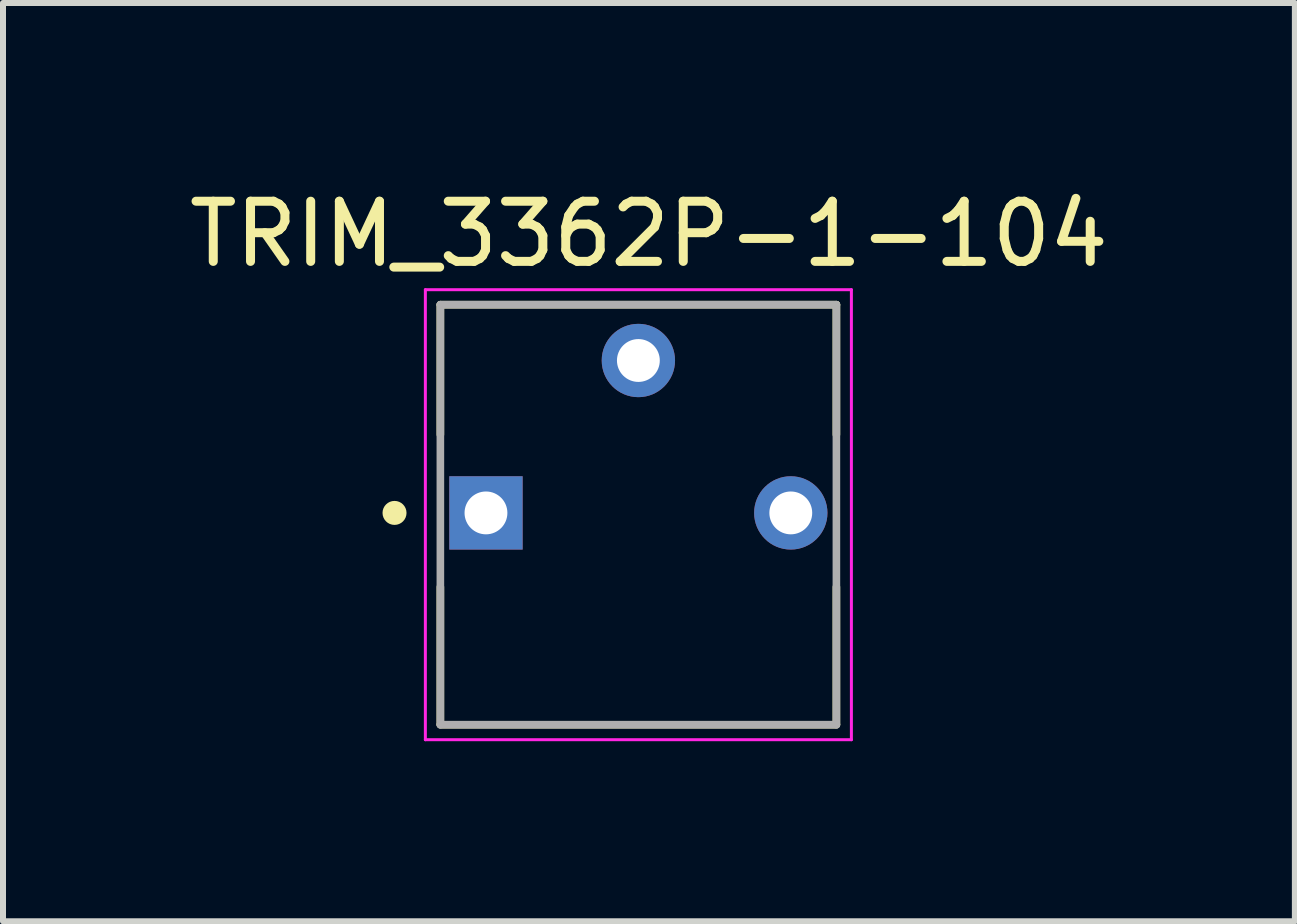
<source format=kicad_pcb>
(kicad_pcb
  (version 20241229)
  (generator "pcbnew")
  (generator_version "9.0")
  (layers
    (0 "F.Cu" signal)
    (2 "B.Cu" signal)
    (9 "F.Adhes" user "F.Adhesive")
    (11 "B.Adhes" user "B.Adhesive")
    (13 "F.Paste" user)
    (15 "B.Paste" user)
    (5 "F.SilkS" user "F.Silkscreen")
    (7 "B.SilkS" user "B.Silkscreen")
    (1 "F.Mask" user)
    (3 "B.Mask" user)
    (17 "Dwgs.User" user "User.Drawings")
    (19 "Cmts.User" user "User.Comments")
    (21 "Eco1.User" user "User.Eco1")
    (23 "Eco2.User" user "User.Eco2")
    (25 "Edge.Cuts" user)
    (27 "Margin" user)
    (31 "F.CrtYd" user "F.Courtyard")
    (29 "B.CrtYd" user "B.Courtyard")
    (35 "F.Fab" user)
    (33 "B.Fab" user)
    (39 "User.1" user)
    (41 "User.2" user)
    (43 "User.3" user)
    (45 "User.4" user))
  (footprint "TRIM_3362P-1-104"
    (layer "F.Cu")
    (at 7.589 5.498)
    (property "Reference" "TRIM_3362P-1-104" (at 0.175 -4.648 0) (layer "F.SilkS") (effects (font (size 1.003 1.003) (thickness 0.15))))
    (attr through_hole)
    (fp_line (start -3.3 -3.47) (end 3.3 -3.47) (stroke (width 0.127) (type solid)) (layer "F.SilkS"))
    (fp_line (start -3.3 -1.305) (end -3.3 -3.47) (stroke (width 0.127) (type solid)) (layer "F.SilkS"))
    (fp_line (start -3.3 3.52) (end -3.3 1.235) (stroke (width 0.127) (type solid)) (layer "F.SilkS"))
    (fp_line (start 3.3 -3.47) (end 3.3 -1.305) (stroke (width 0.127) (type solid)) (layer "F.SilkS"))
    (fp_line (start 3.3 1.235) (end 3.3 3.52) (stroke (width 0.127) (type solid)) (layer "F.SilkS"))
    (fp_line (start 3.3 3.53) (end -3.3 3.53) (stroke (width 0.127) (type solid)) (layer "F.SilkS"))
    (fp_circle (center -4.064 0) (end -3.964 0) (stroke (width 0.2) (type solid)) (fill no) (layer "F.SilkS"))
    (fp_line (start -3.55 -3.72) (end 3.55 -3.72) (stroke (width 0.05) (type solid)) (layer "F.CrtYd"))
    (fp_line (start -3.55 3.78) (end -3.55 -3.72) (stroke (width 0.05) (type solid)) (layer "F.CrtYd"))
    (fp_line (start 3.55 -3.72) (end 3.55 3.78) (stroke (width 0.05) (type solid)) (layer "F.CrtYd"))
    (fp_line (start 3.55 3.78) (end -3.55 3.78) (stroke (width 0.05) (type solid)) (layer "F.CrtYd"))
    (fp_line (start -3.3 -3.47) (end 3.3 -3.47) (stroke (width 0.127) (type solid)) (layer "F.Fab"))
    (fp_line (start -3.3 3.53) (end -3.3 -3.47) (stroke (width 0.127) (type solid)) (layer "F.Fab"))
    (fp_line (start 3.3 -3.47) (end 3.3 3.53) (stroke (width 0.127) (type solid)) (layer "F.Fab"))
    (fp_line (start 3.3 3.53) (end -3.3 3.53) (stroke (width 0.127) (type solid)) (layer "F.Fab"))
    (pad "1" thru_hole rect (at -2.54 0) (size 1.222 1.222) (drill 0.714) (layers "*.Cu" "*.Mask"))
    (pad "2" thru_hole circle (at 0 -2.54) (size 1.222 1.222) (drill 0.714) (layers "*.Cu" "*.Mask"))
    (pad "3" thru_hole circle (at 2.54 0) (size 1.222 1.222) (drill 0.714) (layers "*.Cu" "*.Mask")))
  (gr_rect
    (start -3 -3)
    (end 18.53 12.303)
    (stroke (width 0.1) (type default))
    (fill no)
    (layer "Edge.Cuts")))
</source>
